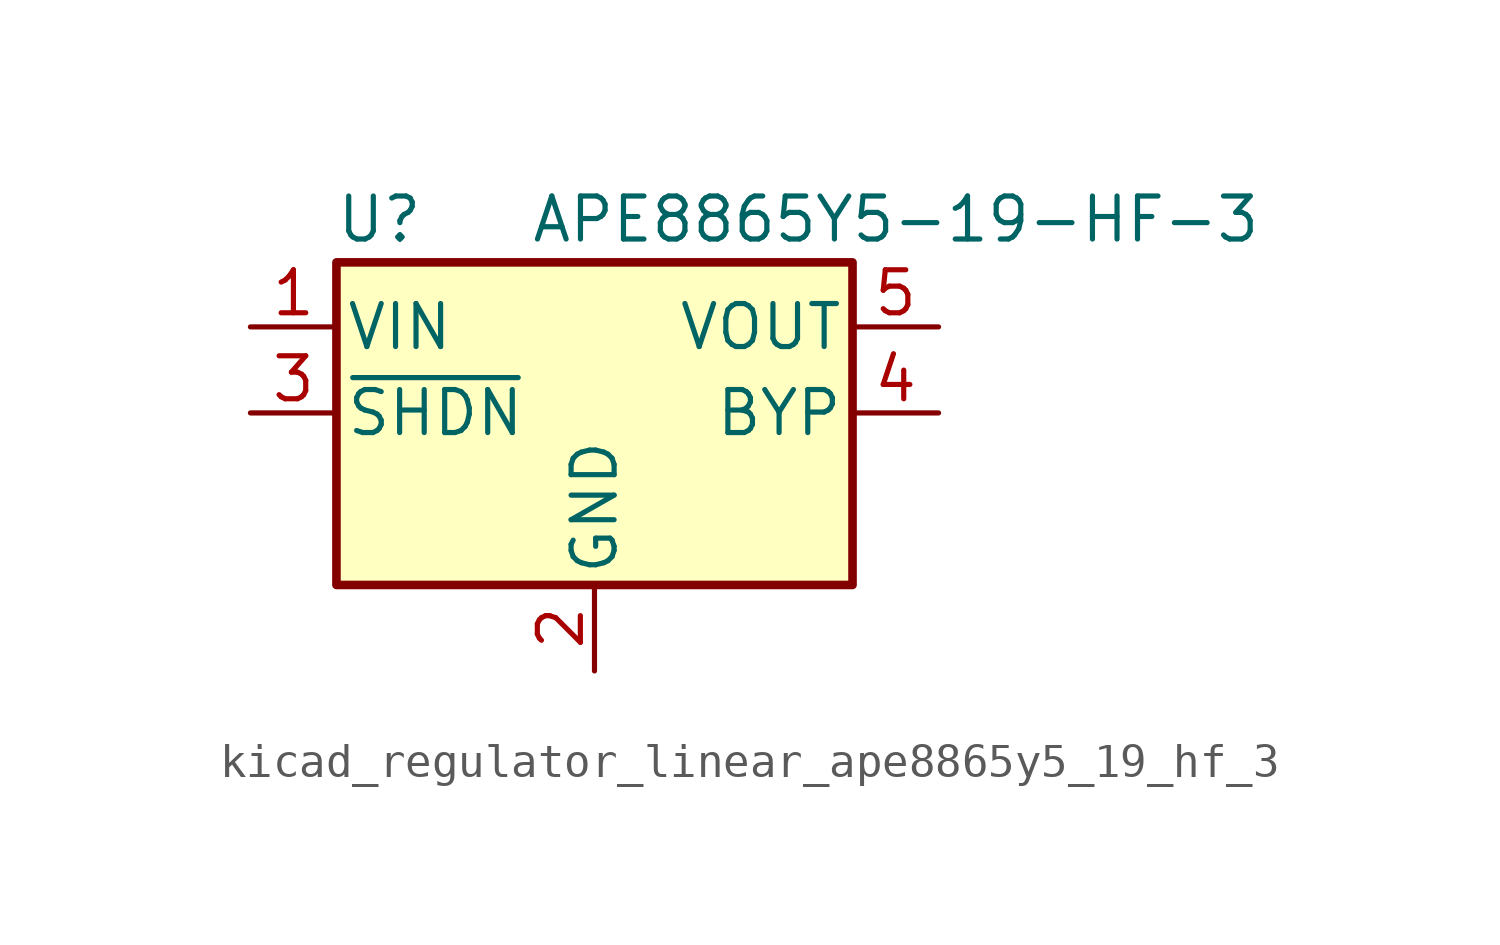
<source format=kicad_sym>
(kicad_symbol_lib
  (version 20220914)
  (generator kicad_symbol_editor)
  (symbol "kicad_regulator_linear_ape8865y5_19_hf_3"
    (pin_names
      (offset 0.254))
    (property "Reference" "U"
      (at -6.35 5.715 0)
      (effects (font (size 1.27 1.27))))
    (property "Value" "APE8865Y5-19-HF-3"
      (at -1.905 5.715 0)
      (effects (font (size 1.27 1.27)) (justify left)))
    (symbol "kicad_regulator_linear_ape8865y5_19_hf_3_0_1"
      (rectangle (start -7.62 4.445) (end 7.62 -5.08) (stroke (width 0.254) (type default)) (fill (type background))))
    (symbol "kicad_regulator_linear_ape8865y5_19_hf_3_1_1"
      (pin power_in line (at -10.16 2.54 0) (length 2.54) (name "VIN" (effects (font (size 1.27 1.27)))) (number "1" (effects (font (size 1.27 1.27)))))
      (pin power_in line (at 0 -7.62 90) (length 2.54) (name "GND" (effects (font (size 1.27 1.27)))) (number "2" (effects (font (size 1.27 1.27)))))
      (pin input line (at -10.16 0 0) (length 2.54) (name "~{SHDN}" (effects (font (size 1.27 1.27)))) (number "3" (effects (font (size 1.27 1.27)))))
      (pin input line (at 10.16 0 180) (length 2.54) (name "BYP" (effects (font (size 1.27 1.27)))) (number "4" (effects (font (size 1.27 1.27)))))
      (pin power_out line (at 10.16 2.54 180) (length 2.54) (name "VOUT" (effects (font (size 1.27 1.27)))) (number "5" (effects (font (size 1.27 1.27))))))))
</source>
